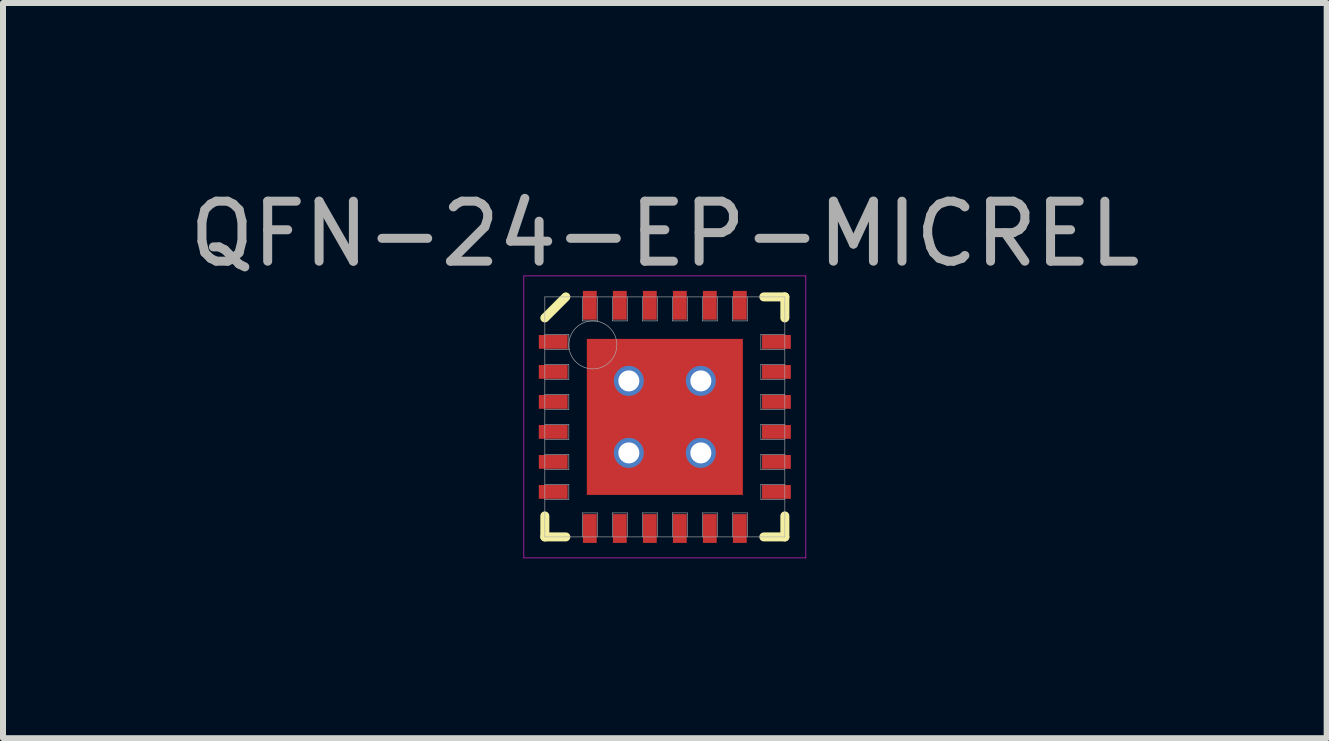
<source format=kicad_pcb>
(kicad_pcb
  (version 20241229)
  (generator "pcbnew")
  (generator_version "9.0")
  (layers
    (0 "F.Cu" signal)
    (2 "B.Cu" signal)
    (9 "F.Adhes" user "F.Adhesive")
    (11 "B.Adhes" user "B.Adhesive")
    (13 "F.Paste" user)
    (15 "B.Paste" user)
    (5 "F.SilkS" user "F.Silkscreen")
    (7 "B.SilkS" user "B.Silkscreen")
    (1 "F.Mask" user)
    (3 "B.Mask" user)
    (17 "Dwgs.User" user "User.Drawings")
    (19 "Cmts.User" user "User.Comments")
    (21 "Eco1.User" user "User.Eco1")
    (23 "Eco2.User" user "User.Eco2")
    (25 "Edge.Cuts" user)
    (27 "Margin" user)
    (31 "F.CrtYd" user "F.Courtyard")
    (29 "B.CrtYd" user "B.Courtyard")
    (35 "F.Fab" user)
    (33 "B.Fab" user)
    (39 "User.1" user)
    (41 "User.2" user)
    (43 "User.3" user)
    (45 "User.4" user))
  (footprint "QFN-24-EP-MICREL"
    (layer "F.Cu")
    (at 8.03 3.898)
    (property "Reference" "QFN-24-EP-MICREL" (at 0 -3.05 0) (layer "F.Fab") (effects (font (size 1 1) (thickness 0.15))))
    (attr through_hole)
    (fp_line (start -2 -1.65) (end -1.65 -2) (stroke (width 0.15) (type solid)) (layer "F.SilkS"))
    (fp_line (start -2 2) (end -2 1.65) (stroke (width 0.15) (type solid)) (layer "F.SilkS"))
    (fp_line (start -1.65 2) (end -2 2) (stroke (width 0.15) (type solid)) (layer "F.SilkS"))
    (fp_line (start 1.65 -2) (end 2 -2) (stroke (width 0.15) (type solid)) (layer "F.SilkS"))
    (fp_line (start 1.65 2) (end 2 2) (stroke (width 0.15) (type solid)) (layer "F.SilkS"))
    (fp_line (start 2 -2) (end 2 -1.65) (stroke (width 0.15) (type solid)) (layer "F.SilkS"))
    (fp_line (start 2 2) (end 2 1.65) (stroke (width 0.15) (type solid)) (layer "F.SilkS"))
    (fp_line (start -2.35 -2.35) (end 2.35 -2.35) (stroke (width 0.01) (type solid)) (layer "F.CrtYd"))
    (fp_line (start -2.35 2.35) (end -2.35 -2.35) (stroke (width 0.01) (type solid)) (layer "F.CrtYd"))
    (fp_line (start 2.35 -2.35) (end 2.35 2.35) (stroke (width 0.01) (type solid)) (layer "F.CrtYd"))
    (fp_line (start 2.35 2.35) (end -2.35 2.35) (stroke (width 0.01) (type solid)) (layer "F.CrtYd"))
    (fp_line (start -2 -2) (end 2 -2) (stroke (width 0.01) (type solid)) (layer "F.Fab"))
    (fp_line (start -2 -1.125) (end -1.6 -1.125) (stroke (width 0.01) (type solid)) (layer "F.Fab"))
    (fp_line (start -2 -0.625) (end -1.6 -0.625) (stroke (width 0.01) (type solid)) (layer "F.Fab"))
    (fp_line (start -2 -0.125) (end -1.6 -0.125) (stroke (width 0.01) (type solid)) (layer "F.Fab"))
    (fp_line (start -2 0.375) (end -1.6 0.375) (stroke (width 0.01) (type solid)) (layer "F.Fab"))
    (fp_line (start -2 0.875) (end -1.6 0.875) (stroke (width 0.01) (type solid)) (layer "F.Fab"))
    (fp_line (start -2 1.375) (end -1.6 1.375) (stroke (width 0.01) (type solid)) (layer "F.Fab"))
    (fp_line (start -2 2) (end -2 -2) (stroke (width 0.01) (type solid)) (layer "F.Fab"))
    (fp_line (start -1.6 -1.375) (end -2 -1.375) (stroke (width 0.01) (type solid)) (layer "F.Fab"))
    (fp_line (start -1.6 -1.125) (end -1.6 -1.375) (stroke (width 0.01) (type solid)) (layer "F.Fab"))
    (fp_line (start -1.6 -0.875) (end -2 -0.875) (stroke (width 0.01) (type solid)) (layer "F.Fab"))
    (fp_line (start -1.6 -0.625) (end -1.6 -0.875) (stroke (width 0.01) (type solid)) (layer "F.Fab"))
    (fp_line (start -1.6 -0.375) (end -2 -0.375) (stroke (width 0.01) (type solid)) (layer "F.Fab"))
    (fp_line (start -1.6 -0.125) (end -1.6 -0.375) (stroke (width 0.01) (type solid)) (layer "F.Fab"))
    (fp_line (start -1.6 0.125) (end -2 0.125) (stroke (width 0.01) (type solid)) (layer "F.Fab"))
    (fp_line (start -1.6 0.375) (end -1.6 0.125) (stroke (width 0.01) (type solid)) (layer "F.Fab"))
    (fp_line (start -1.6 0.625) (end -2 0.625) (stroke (width 0.01) (type solid)) (layer "F.Fab"))
    (fp_line (start -1.6 0.875) (end -1.6 0.625) (stroke (width 0.01) (type solid)) (layer "F.Fab"))
    (fp_line (start -1.6 1.125) (end -2 1.125) (stroke (width 0.01) (type solid)) (layer "F.Fab"))
    (fp_line (start -1.6 1.375) (end -1.6 1.125) (stroke (width 0.01) (type solid)) (layer "F.Fab"))
    (fp_line (start -1.375 -2) (end -1.375 -1.6) (stroke (width 0.01) (type solid)) (layer "F.Fab"))
    (fp_line (start -1.375 -1.6) (end -1.125 -1.6) (stroke (width 0.01) (type solid)) (layer "F.Fab"))
    (fp_line (start -1.375 1.6) (end -1.375 2) (stroke (width 0.01) (type solid)) (layer "F.Fab"))
    (fp_line (start -1.125 -1.6) (end -1.125 -2) (stroke (width 0.01) (type solid)) (layer "F.Fab"))
    (fp_line (start -1.125 1.6) (end -1.375 1.6) (stroke (width 0.01) (type solid)) (layer "F.Fab"))
    (fp_line (start -1.125 2) (end -1.125 1.6) (stroke (width 0.01) (type solid)) (layer "F.Fab"))
    (fp_line (start -0.875 -2) (end -0.875 -1.6) (stroke (width 0.01) (type solid)) (layer "F.Fab"))
    (fp_line (start -0.875 -1.6) (end -0.625 -1.6) (stroke (width 0.01) (type solid)) (layer "F.Fab"))
    (fp_line (start -0.875 1.6) (end -0.875 2) (stroke (width 0.01) (type solid)) (layer "F.Fab"))
    (fp_line (start -0.625 -1.6) (end -0.625 -2) (stroke (width 0.01) (type solid)) (layer "F.Fab"))
    (fp_line (start -0.625 1.6) (end -0.875 1.6) (stroke (width 0.01) (type solid)) (layer "F.Fab"))
    (fp_line (start -0.625 2) (end -0.625 1.6) (stroke (width 0.01) (type solid)) (layer "F.Fab"))
    (fp_line (start -0.375 -2) (end -0.375 -1.6) (stroke (width 0.01) (type solid)) (layer "F.Fab"))
    (fp_line (start -0.375 -1.6) (end -0.125 -1.6) (stroke (width 0.01) (type solid)) (layer "F.Fab"))
    (fp_line (start -0.375 1.6) (end -0.375 2) (stroke (width 0.01) (type solid)) (layer "F.Fab"))
    (fp_line (start -0.125 -1.6) (end -0.125 -2) (stroke (width 0.01) (type solid)) (layer "F.Fab"))
    (fp_line (start -0.125 1.6) (end -0.375 1.6) (stroke (width 0.01) (type solid)) (layer "F.Fab"))
    (fp_line (start -0.125 2) (end -0.125 1.6) (stroke (width 0.01) (type solid)) (layer "F.Fab"))
    (fp_line (start 0.125 -2) (end 0.125 -1.6) (stroke (width 0.01) (type solid)) (layer "F.Fab"))
    (fp_line (start 0.125 -1.6) (end 0.375 -1.6) (stroke (width 0.01) (type solid)) (layer "F.Fab"))
    (fp_line (start 0.125 1.6) (end 0.125 2) (stroke (width 0.01) (type solid)) (layer "F.Fab"))
    (fp_line (start 0.375 -1.6) (end 0.375 -2) (stroke (width 0.01) (type solid)) (layer "F.Fab"))
    (fp_line (start 0.375 1.6) (end 0.125 1.6) (stroke (width 0.01) (type solid)) (layer "F.Fab"))
    (fp_line (start 0.375 2) (end 0.375 1.6) (stroke (width 0.01) (type solid)) (layer "F.Fab"))
    (fp_line (start 0.625 -2) (end 0.625 -1.6) (stroke (width 0.01) (type solid)) (layer "F.Fab"))
    (fp_line (start 0.625 -1.6) (end 0.875 -1.6) (stroke (width 0.01) (type solid)) (layer "F.Fab"))
    (fp_line (start 0.625 1.6) (end 0.625 2) (stroke (width 0.01) (type solid)) (layer "F.Fab"))
    (fp_line (start 0.875 -1.6) (end 0.875 -2) (stroke (width 0.01) (type solid)) (layer "F.Fab"))
    (fp_line (start 0.875 1.6) (end 0.625 1.6) (stroke (width 0.01) (type solid)) (layer "F.Fab"))
    (fp_line (start 0.875 2) (end 0.875 1.6) (stroke (width 0.01) (type solid)) (layer "F.Fab"))
    (fp_line (start 1.125 -2) (end 1.125 -1.6) (stroke (width 0.01) (type solid)) (layer "F.Fab"))
    (fp_line (start 1.125 -1.6) (end 1.375 -1.6) (stroke (width 0.01) (type solid)) (layer "F.Fab"))
    (fp_line (start 1.125 1.6) (end 1.125 2) (stroke (width 0.01) (type solid)) (layer "F.Fab"))
    (fp_line (start 1.375 -1.6) (end 1.375 -2) (stroke (width 0.01) (type solid)) (layer "F.Fab"))
    (fp_line (start 1.375 1.6) (end 1.125 1.6) (stroke (width 0.01) (type solid)) (layer "F.Fab"))
    (fp_line (start 1.375 2) (end 1.375 1.6) (stroke (width 0.01) (type solid)) (layer "F.Fab"))
    (fp_line (start 1.6 -1.375) (end 1.6 -1.125) (stroke (width 0.01) (type solid)) (layer "F.Fab"))
    (fp_line (start 1.6 -1.125) (end 2 -1.125) (stroke (width 0.01) (type solid)) (layer "F.Fab"))
    (fp_line (start 1.6 -0.875) (end 1.6 -0.625) (stroke (width 0.01) (type solid)) (layer "F.Fab"))
    (fp_line (start 1.6 -0.625) (end 2 -0.625) (stroke (width 0.01) (type solid)) (layer "F.Fab"))
    (fp_line (start 1.6 -0.375) (end 1.6 -0.125) (stroke (width 0.01) (type solid)) (layer "F.Fab"))
    (fp_line (start 1.6 -0.125) (end 2 -0.125) (stroke (width 0.01) (type solid)) (layer "F.Fab"))
    (fp_line (start 1.6 0.125) (end 1.6 0.375) (stroke (width 0.01) (type solid)) (layer "F.Fab"))
    (fp_line (start 1.6 0.375) (end 2 0.375) (stroke (width 0.01) (type solid)) (layer "F.Fab"))
    (fp_line (start 1.6 0.625) (end 1.6 0.875) (stroke (width 0.01) (type solid)) (layer "F.Fab"))
    (fp_line (start 1.6 0.875) (end 2 0.875) (stroke (width 0.01) (type solid)) (layer "F.Fab"))
    (fp_line (start 1.6 1.125) (end 1.6 1.375) (stroke (width 0.01) (type solid)) (layer "F.Fab"))
    (fp_line (start 1.6 1.375) (end 2 1.375) (stroke (width 0.01) (type solid)) (layer "F.Fab"))
    (fp_line (start 2 -2) (end 2 2) (stroke (width 0.01) (type solid)) (layer "F.Fab"))
    (fp_line (start 2 -1.375) (end 1.6 -1.375) (stroke (width 0.01) (type solid)) (layer "F.Fab"))
    (fp_line (start 2 -0.875) (end 1.6 -0.875) (stroke (width 0.01) (type solid)) (layer "F.Fab"))
    (fp_line (start 2 -0.375) (end 1.6 -0.375) (stroke (width 0.01) (type solid)) (layer "F.Fab"))
    (fp_line (start 2 0.125) (end 1.6 0.125) (stroke (width 0.01) (type solid)) (layer "F.Fab"))
    (fp_line (start 2 0.625) (end 1.6 0.625) (stroke (width 0.01) (type solid)) (layer "F.Fab"))
    (fp_line (start 2 1.125) (end 1.6 1.125) (stroke (width 0.01) (type solid)) (layer "F.Fab"))
    (fp_line (start 2 2) (end -2 2) (stroke (width 0.01) (type solid)) (layer "F.Fab"))
    (fp_circle (center -1.2 -1.2) (end -1.2 -0.8) (stroke (width 0.01) (type solid)) (fill no) (layer "F.Fab"))
    (pad "" smd rect (at -0.6 -0.6) (size 1 1) (layers "F.Mask"))
    (pad "" smd rect (at -0.6 -0.6) (size 1 1) (layers "F.Paste"))
    (pad "" smd rect (at -0.6 0.6) (size 1 1) (layers "F.Mask"))
    (pad "" smd rect (at -0.6 0.6) (size 1 1) (layers "F.Paste"))
    (pad "" smd rect (at 0.6 -0.6) (size 1 1) (layers "F.Mask"))
    (pad "" smd rect (at 0.6 -0.6) (size 1 1) (layers "F.Paste"))
    (pad "" smd rect (at 0.6 0.6) (size 1 1) (layers "F.Mask"))
    (pad "" smd rect (at 0.6 0.6) (size 1 1) (layers "F.Paste"))
    (pad "1" smd rect (at -1.86 -1.25) (size 0.48 0.23) (layers "F.Cu" "F.Mask" "F.Paste"))
    (pad "2" smd rect (at -1.86 -0.75) (size 0.48 0.23) (layers "F.Cu" "F.Mask" "F.Paste"))
    (pad "3" smd rect (at -1.86 -0.25) (size 0.48 0.23) (layers "F.Cu" "F.Mask" "F.Paste"))
    (pad "4" smd rect (at -1.86 0.25) (size 0.48 0.23) (layers "F.Cu" "F.Mask" "F.Paste"))
    (pad "5" smd rect (at -1.86 0.75) (size 0.48 0.23) (layers "F.Cu" "F.Mask" "F.Paste"))
    (pad "6" smd rect (at -1.86 1.25) (size 0.48 0.23) (layers "F.Cu" "F.Mask" "F.Paste"))
    (pad "7" smd rect (at -1.25 1.86) (size 0.23 0.48) (layers "F.Cu" "F.Mask" "F.Paste"))
    (pad "8" smd rect (at -0.75 1.86) (size 0.23 0.48) (layers "F.Cu" "F.Mask" "F.Paste"))
    (pad "9" smd rect (at -0.25 1.86) (size 0.23 0.48) (layers "F.Cu" "F.Mask" "F.Paste"))
    (pad "10" smd rect (at 0.25 1.86) (size 0.23 0.48) (layers "F.Cu" "F.Mask" "F.Paste"))
    (pad "11" smd rect (at 0.75 1.86) (size 0.23 0.48) (layers "F.Cu" "F.Mask" "F.Paste"))
    (pad "12" smd rect (at 1.25 1.86) (size 0.23 0.48) (layers "F.Cu" "F.Mask" "F.Paste"))
    (pad "13" smd rect (at 1.86 1.25) (size 0.48 0.23) (layers "F.Cu" "F.Mask" "F.Paste"))
    (pad "14" smd rect (at 1.86 0.75) (size 0.48 0.23) (layers "F.Cu" "F.Mask" "F.Paste"))
    (pad "15" smd rect (at 1.86 0.25) (size 0.48 0.23) (layers "F.Cu" "F.Mask" "F.Paste"))
    (pad "16" smd rect (at 1.86 -0.25) (size 0.48 0.23) (layers "F.Cu" "F.Mask" "F.Paste"))
    (pad "17" smd rect (at 1.86 -0.75) (size 0.48 0.23) (layers "F.Cu" "F.Mask" "F.Paste"))
    (pad "18" smd rect (at 1.86 -1.25) (size 0.48 0.23) (layers "F.Cu" "F.Mask" "F.Paste"))
    (pad "19" smd rect (at 1.25 -1.86) (size 0.23 0.48) (layers "F.Cu" "F.Mask" "F.Paste"))
    (pad "20" smd rect (at 0.75 -1.86) (size 0.23 0.48) (layers "F.Cu" "F.Mask" "F.Paste"))
    (pad "21" smd rect (at 0.25 -1.86) (size 0.23 0.48) (layers "F.Cu" "F.Mask" "F.Paste"))
    (pad "22" smd rect (at -0.25 -1.86) (size 0.23 0.48) (layers "F.Cu" "F.Mask" "F.Paste"))
    (pad "23" smd rect (at -0.75 -1.86) (size 0.23 0.48) (layers "F.Cu" "F.Mask" "F.Paste"))
    (pad "24" smd rect (at -1.25 -1.86) (size 0.23 0.48) (layers "F.Cu" "F.Mask" "F.Paste"))
    (pad "EP" thru_hole circle (at -0.6 -0.6) (size 0.5 0.5) (drill 0.35) (layers "*.Cu"))
    (pad "EP" thru_hole circle (at -0.6 0.6) (size 0.5 0.5) (drill 0.35) (layers "*.Cu"))
    (pad "EP" smd rect (at 0 0) (size 2.6 2.6) (layers "F.Cu"))
    (pad "EP" thru_hole circle (at 0.6 -0.6) (size 0.5 0.5) (drill 0.35) (layers "*.Cu"))
    (pad "EP" thru_hole circle (at 0.6 0.6) (size 0.5 0.5) (drill 0.35) (layers "*.Cu")))
  (gr_rect
    (start -3 -3)
    (end 19.06 9.253)
    (stroke (width 0.1) (type default))
    (fill no)
    (layer "Edge.Cuts")))
</source>
